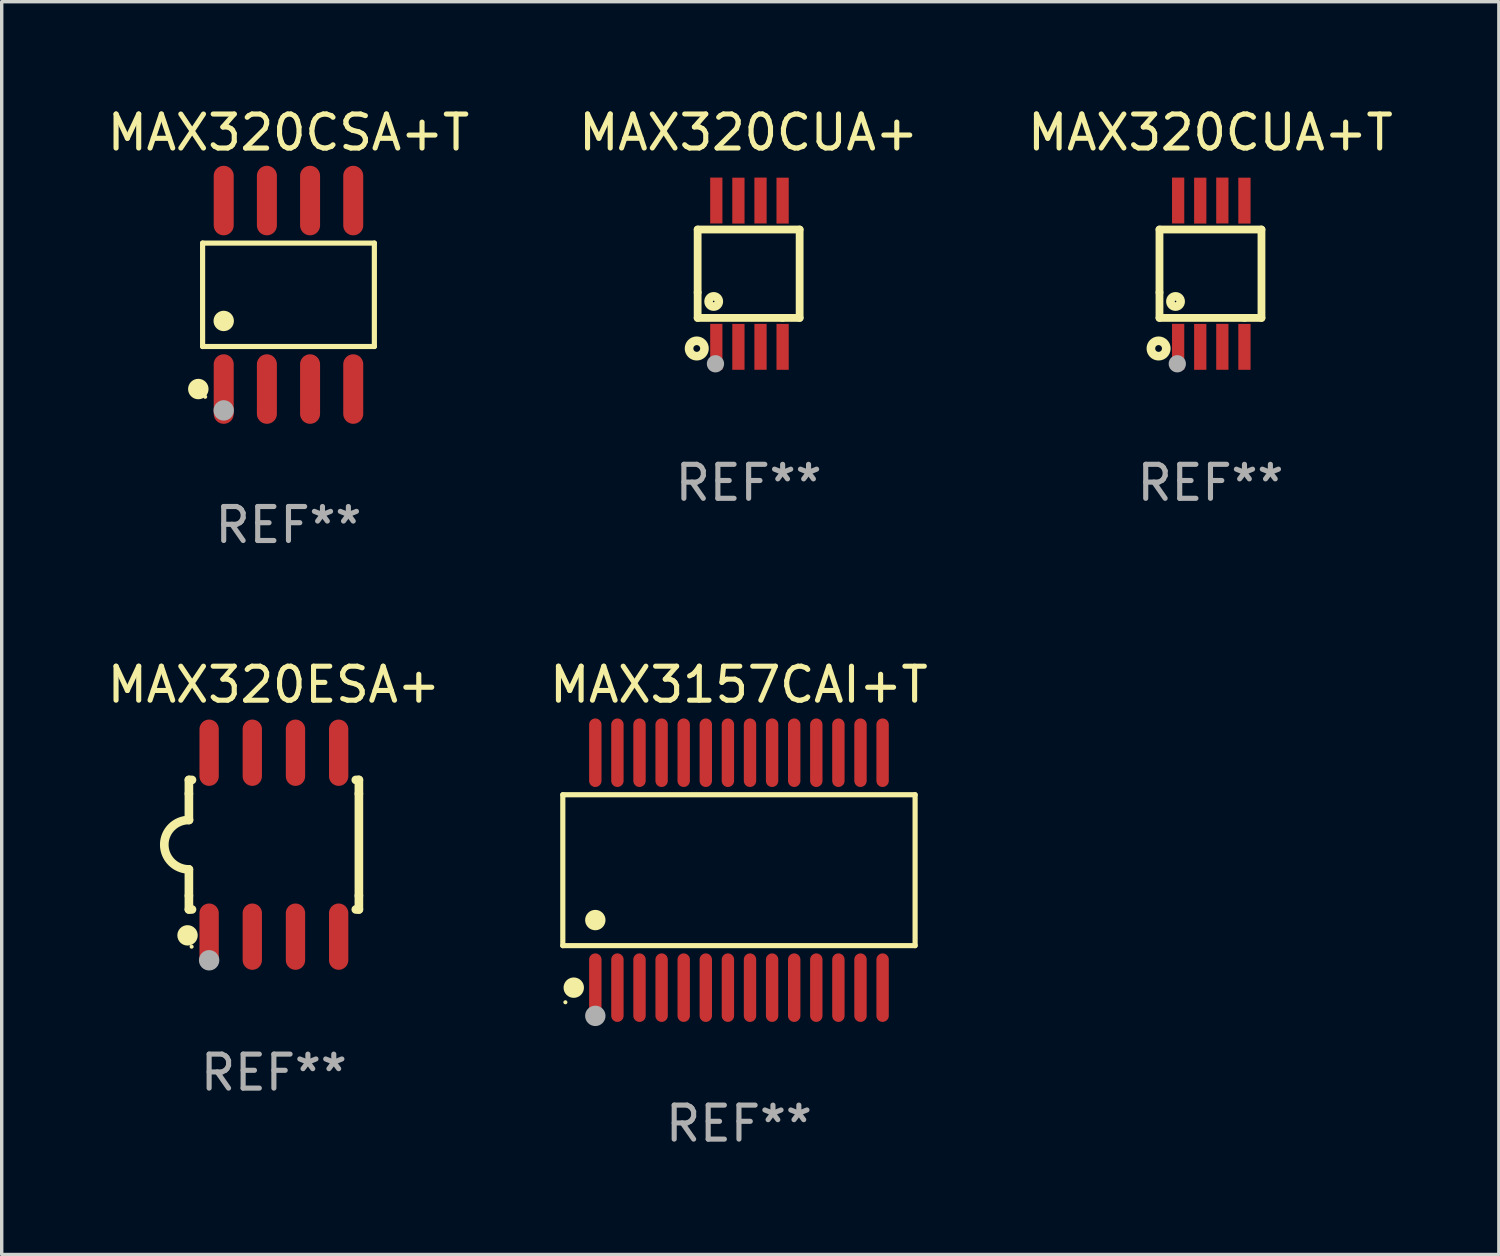
<source format=kicad_pcb>
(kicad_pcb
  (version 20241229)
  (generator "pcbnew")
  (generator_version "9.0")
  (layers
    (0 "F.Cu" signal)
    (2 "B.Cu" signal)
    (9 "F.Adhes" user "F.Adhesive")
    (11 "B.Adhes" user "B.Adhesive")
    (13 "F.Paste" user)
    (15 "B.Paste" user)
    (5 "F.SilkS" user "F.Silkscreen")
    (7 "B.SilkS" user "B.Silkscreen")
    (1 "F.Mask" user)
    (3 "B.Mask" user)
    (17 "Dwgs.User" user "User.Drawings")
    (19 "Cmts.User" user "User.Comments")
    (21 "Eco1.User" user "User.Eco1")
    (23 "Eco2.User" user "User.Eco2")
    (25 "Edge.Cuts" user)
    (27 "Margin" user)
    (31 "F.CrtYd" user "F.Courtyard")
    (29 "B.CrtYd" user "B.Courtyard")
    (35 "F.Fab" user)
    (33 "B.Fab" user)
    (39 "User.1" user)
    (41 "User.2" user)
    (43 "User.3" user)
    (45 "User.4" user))
  (footprint "MAX3157CAI+T"
    (layer "F.Cu")
    (at 18.685 22.545)
    (property "Reference" "MAX3157CAI+T" (at 0 -5.455 0) (layer "F.SilkS") (effects (font (size 1 1) (thickness 0.15))))
    (attr through_hole)
    (fp_line (start -5.181 -2.219) (end 5.181 -2.219) (stroke (width 0.152) (type solid)) (layer "F.SilkS"))
    (fp_line (start -5.181 2.219) (end -5.181 -2.219) (stroke (width 0.152) (type solid)) (layer "F.SilkS"))
    (fp_line (start 5.181 -2.219) (end 5.181 2.219) (stroke (width 0.152) (type solid)) (layer "F.SilkS"))
    (fp_line (start 5.181 2.219) (end -5.181 2.219) (stroke (width 0.152) (type solid)) (layer "F.SilkS"))
    (fp_circle (center -5.105 3.885) (end -5.075 3.885) (stroke (width 0.06) (type solid)) (fill no) (layer "F.SilkS"))
    (fp_circle (center -4.859 3.455) (end -4.709 3.455) (stroke (width 0.3) (type solid)) (fill no) (layer "F.SilkS"))
    (fp_circle (center -4.225 1.467) (end -4.075 1.467) (stroke (width 0.3) (type solid)) (fill no) (layer "F.SilkS"))
    (fp_circle (center -4.225 4.285) (end -4.075 4.285) (stroke (width 0.3) (type solid)) (fill no) (layer "F.Fab"))
    (fp_text user "REF**" (at 0 7.455 0) (layer "F.Fab") (effects (font (size 1 1) (thickness 0.15))))
    (pad "1" smd oval (at -4.225 3.455) (size 0.364 2.015) (layers "F.Cu" "F.Mask" "F.Paste"))
    (pad "2" smd oval (at -3.575 3.455) (size 0.364 2.015) (layers "F.Cu" "F.Mask" "F.Paste"))
    (pad "3" smd oval (at -2.925 3.455) (size 0.364 2.015) (layers "F.Cu" "F.Mask" "F.Paste"))
    (pad "4" smd oval (at -2.275 3.455) (size 0.364 2.015) (layers "F.Cu" "F.Mask" "F.Paste"))
    (pad "5" smd oval (at -1.625 3.455) (size 0.364 2.015) (layers "F.Cu" "F.Mask" "F.Paste"))
    (pad "6" smd oval (at -0.975 3.455) (size 0.364 2.015) (layers "F.Cu" "F.Mask" "F.Paste"))
    (pad "7" smd oval (at -0.325 3.455) (size 0.364 2.015) (layers "F.Cu" "F.Mask" "F.Paste"))
    (pad "8" smd oval (at 0.325 3.455) (size 0.364 2.015) (layers "F.Cu" "F.Mask" "F.Paste"))
    (pad "9" smd oval (at 0.975 3.455) (size 0.364 2.015) (layers "F.Cu" "F.Mask" "F.Paste"))
    (pad "10" smd oval (at 1.625 3.455) (size 0.364 2.015) (layers "F.Cu" "F.Mask" "F.Paste"))
    (pad "11" smd oval (at 2.275 3.455) (size 0.364 2.015) (layers "F.Cu" "F.Mask" "F.Paste"))
    (pad "12" smd oval (at 2.925 3.455) (size 0.364 2.015) (layers "F.Cu" "F.Mask" "F.Paste"))
    (pad "13" smd oval (at 3.575 3.455) (size 0.364 2.015) (layers "F.Cu" "F.Mask" "F.Paste"))
    (pad "14" smd oval (at 4.225 3.455) (size 0.364 2.015) (layers "F.Cu" "F.Mask" "F.Paste"))
    (pad "15" smd oval (at 4.225 -3.455) (size 0.364 2.015) (layers "F.Cu" "F.Mask" "F.Paste"))
    (pad "16" smd oval (at 3.575 -3.455) (size 0.364 2.015) (layers "F.Cu" "F.Mask" "F.Paste"))
    (pad "17" smd oval (at 2.925 -3.455) (size 0.364 2.015) (layers "F.Cu" "F.Mask" "F.Paste"))
    (pad "18" smd oval (at 2.275 -3.455) (size 0.364 2.015) (layers "F.Cu" "F.Mask" "F.Paste"))
    (pad "19" smd oval (at 1.625 -3.455) (size 0.364 2.015) (layers "F.Cu" "F.Mask" "F.Paste"))
    (pad "20" smd oval (at 0.975 -3.455) (size 0.364 2.015) (layers "F.Cu" "F.Mask" "F.Paste"))
    (pad "21" smd oval (at 0.325 -3.455) (size 0.364 2.015) (layers "F.Cu" "F.Mask" "F.Paste"))
    (pad "22" smd oval (at -0.325 -3.455) (size 0.364 2.015) (layers "F.Cu" "F.Mask" "F.Paste"))
    (pad "23" smd oval (at -0.975 -3.455) (size 0.364 2.015) (layers "F.Cu" "F.Mask" "F.Paste"))
    (pad "24" smd oval (at -1.625 -3.455) (size 0.364 2.015) (layers "F.Cu" "F.Mask" "F.Paste"))
    (pad "25" smd oval (at -2.275 -3.455) (size 0.364 2.015) (layers "F.Cu" "F.Mask" "F.Paste"))
    (pad "26" smd oval (at -2.925 -3.455) (size 0.364 2.015) (layers "F.Cu" "F.Mask" "F.Paste"))
    (pad "27" smd oval (at -3.575 -3.455) (size 0.364 2.015) (layers "F.Cu" "F.Mask" "F.Paste"))
    (pad "28" smd oval (at -4.225 -3.455) (size 0.364 2.015) (layers "F.Cu" "F.Mask" "F.Paste")))
  (footprint "MAX320CSA+T"
    (layer "F.Cu")
    (at 5.435 5.621)
    (property "Reference" "MAX320CSA+T" (at 0 -4.772 0) (layer "F.SilkS") (effects (font (size 1 1) (thickness 0.15))))
    (attr through_hole)
    (fp_line (start -2.526 -1.521) (end 2.526 -1.521) (stroke (width 0.152) (type solid)) (layer "F.SilkS"))
    (fp_line (start -2.526 1.521) (end -2.526 -1.521) (stroke (width 0.152) (type solid)) (layer "F.SilkS"))
    (fp_line (start 2.526 -1.521) (end 2.526 1.521) (stroke (width 0.152) (type solid)) (layer "F.SilkS"))
    (fp_line (start 2.526 1.521) (end -2.526 1.521) (stroke (width 0.152) (type solid)) (layer "F.SilkS"))
    (fp_circle (center -2.652 2.772) (end -2.501 2.772) (stroke (width 0.3) (type solid)) (fill no) (layer "F.SilkS"))
    (fp_circle (center -2.45 3) (end -2.42 3) (stroke (width 0.06) (type solid)) (fill no) (layer "F.SilkS"))
    (fp_circle (center -1.905 0.769) (end -1.755 0.769) (stroke (width 0.3) (type solid)) (fill no) (layer "F.SilkS"))
    (fp_circle (center -1.905 3.4) (end -1.755 3.4) (stroke (width 0.3) (type solid)) (fill no) (layer "F.Fab"))
    (fp_text user "REF**" (at 0 6.772 0) (layer "F.Fab") (effects (font (size 1 1) (thickness 0.15))))
    (pad "1" smd oval (at -1.905 2.772) (size 0.588 2.045) (layers "F.Cu" "F.Mask" "F.Paste"))
    (pad "2" smd oval (at -0.635 2.772) (size 0.588 2.045) (layers "F.Cu" "F.Mask" "F.Paste"))
    (pad "3" smd oval (at 0.635 2.772) (size 0.588 2.045) (layers "F.Cu" "F.Mask" "F.Paste"))
    (pad "4" smd oval (at 1.905 2.772) (size 0.588 2.045) (layers "F.Cu" "F.Mask" "F.Paste"))
    (pad "5" smd oval (at 1.905 -2.772) (size 0.588 2.045) (layers "F.Cu" "F.Mask" "F.Paste"))
    (pad "6" smd oval (at 0.635 -2.772) (size 0.588 2.045) (layers "F.Cu" "F.Mask" "F.Paste"))
    (pad "7" smd oval (at -0.635 -2.772) (size 0.588 2.045) (layers "F.Cu" "F.Mask" "F.Paste"))
    (pad "8" smd oval (at -1.905 -2.772) (size 0.588 2.045) (layers "F.Cu" "F.Mask" "F.Paste")))
  (footprint "MAX320CUA+T"
    (layer "F.Cu")
    (at 32.554 5)
    (property "Reference" "MAX320CUA+T" (at 0 -4.152 0) (layer "F.SilkS") (effects (font (size 1 1) (thickness 0.15))))
    (attr through_hole)
    (fp_line (start -1.5 1.301) (end 1 1.301) (stroke (width 0.229) (type solid)) (layer "F.SilkS"))
    (fp_line (start -1.5 -1.299) (end -1.5 0.551) (stroke (width 0.229) (type solid)) (layer "F.SilkS"))
    (fp_line (start -1.5 0.551) (end -1.5 1.301) (stroke (width 0.229) (type solid)) (layer "F.SilkS"))
    (fp_line (start 1 1.301) (end 1.5 1.301) (stroke (width 0.229) (type solid)) (layer "F.SilkS"))
    (fp_line (start 1.5 1.301) (end 1.5 -1.299) (stroke (width 0.229) (type solid)) (layer "F.SilkS"))
    (fp_line (start 1.5 -1.299) (end -1.5 -1.299) (stroke (width 0.229) (type solid)) (layer "F.SilkS"))
    (fp_circle (center -1.526 2.2) (end -1.426 2.2) (stroke (width 0.254) (type solid)) (fill no) (layer "F.SilkS"))
    (fp_circle (center -1.476 2.45) (end -1.446 2.45) (stroke (width 0.06) (type solid)) (fill no) (layer "F.SilkS"))
    (fp_circle (center -1.028 0.817) (end -0.878 0.817) (stroke (width 0.254) (type solid)) (fill no) (layer "F.SilkS"))
    (fp_circle (center -0.976 2.65) (end -0.849 2.65) (stroke (width 0.254) (type solid)) (fill no) (layer "F.Fab"))
    (fp_text user "REF**" (at 0 6.152 0) (layer "F.Fab") (effects (font (size 1 1) (thickness 0.15))))
    (pad "1" smd rect (at -0.951 2.15) (size 0.36 1.35) (layers "F.Cu" "F.Mask" "F.Paste"))
    (pad "2" smd rect (at -0.301 2.152) (size 0.36 1.35) (layers "F.Cu" "F.Mask" "F.Paste"))
    (pad "3" smd rect (at 0.349 2.151) (size 0.36 1.35) (layers "F.Cu" "F.Mask" "F.Paste"))
    (pad "4" smd rect (at 0.999 2.152) (size 0.36 1.35) (layers "F.Cu" "F.Mask" "F.Paste"))
    (pad "5" smd rect (at 0.999 -2.149) (size 0.36 1.35) (layers "F.Cu" "F.Mask" "F.Paste"))
    (pad "6" smd rect (at 0.349 -2.152) (size 0.36 1.35) (layers "F.Cu" "F.Mask" "F.Paste"))
    (pad "7" smd rect (at -0.301 -2.149) (size 0.36 1.35) (layers "F.Cu" "F.Mask" "F.Paste"))
    (pad "8" smd rect (at -0.951 -2.152) (size 0.36 1.35) (layers "F.Cu" "F.Mask" "F.Paste")))
  (footprint "MAX320CUA+"
    (layer "F.Cu")
    (at 18.97 5)
    (property "Reference" "MAX320CUA+" (at 0 -4.152 0) (layer "F.SilkS") (effects (font (size 1 1) (thickness 0.15))))
    (attr through_hole)
    (fp_line (start -1.5 1.301) (end 1 1.301) (stroke (width 0.229) (type solid)) (layer "F.SilkS"))
    (fp_line (start -1.5 -1.299) (end -1.5 0.551) (stroke (width 0.229) (type solid)) (layer "F.SilkS"))
    (fp_line (start -1.5 0.551) (end -1.5 1.301) (stroke (width 0.229) (type solid)) (layer "F.SilkS"))
    (fp_line (start 1 1.301) (end 1.5 1.301) (stroke (width 0.229) (type solid)) (layer "F.SilkS"))
    (fp_line (start 1.5 1.301) (end 1.5 -1.299) (stroke (width 0.229) (type solid)) (layer "F.SilkS"))
    (fp_line (start 1.5 -1.299) (end -1.5 -1.299) (stroke (width 0.229) (type solid)) (layer "F.SilkS"))
    (fp_circle (center -1.526 2.2) (end -1.426 2.2) (stroke (width 0.254) (type solid)) (fill no) (layer "F.SilkS"))
    (fp_circle (center -1.476 2.45) (end -1.446 2.45) (stroke (width 0.06) (type solid)) (fill no) (layer "F.SilkS"))
    (fp_circle (center -1.028 0.817) (end -0.878 0.817) (stroke (width 0.254) (type solid)) (fill no) (layer "F.SilkS"))
    (fp_circle (center -0.976 2.65) (end -0.849 2.65) (stroke (width 0.254) (type solid)) (fill no) (layer "F.Fab"))
    (fp_text user "REF**" (at 0 6.152 0) (layer "F.Fab") (effects (font (size 1 1) (thickness 0.15))))
    (pad "1" smd rect (at -0.951 2.15) (size 0.36 1.35) (layers "F.Cu" "F.Mask" "F.Paste"))
    (pad "2" smd rect (at -0.301 2.152) (size 0.36 1.35) (layers "F.Cu" "F.Mask" "F.Paste"))
    (pad "3" smd rect (at 0.349 2.151) (size 0.36 1.35) (layers "F.Cu" "F.Mask" "F.Paste"))
    (pad "4" smd rect (at 0.999 2.152) (size 0.36 1.35) (layers "F.Cu" "F.Mask" "F.Paste"))
    (pad "5" smd rect (at 0.999 -2.149) (size 0.36 1.35) (layers "F.Cu" "F.Mask" "F.Paste"))
    (pad "6" smd rect (at 0.349 -2.152) (size 0.36 1.35) (layers "F.Cu" "F.Mask" "F.Paste"))
    (pad "7" smd rect (at -0.301 -2.149) (size 0.36 1.35) (layers "F.Cu" "F.Mask" "F.Paste"))
    (pad "8" smd rect (at -0.951 -2.152) (size 0.36 1.35) (layers "F.Cu" "F.Mask" "F.Paste")))
  (footprint "MAX320ESA+"
    (layer "F.Cu")
    (at 5.006 21.795)
    (property "Reference" "MAX320ESA+" (at 0 -4.705 0) (layer "F.SilkS") (effects (font (size 1 1) (thickness 0.15))))
    (attr through_hole)
    (fp_line (start -2.5 -1.905) (end -2.409 -1.905) (stroke (width 0.254) (type solid)) (layer "F.SilkS"))
    (fp_line (start -2.5 -1.5) (end -2.5 -1.905) (stroke (width 0.254) (type solid)) (layer "F.SilkS"))
    (fp_line (start -2.5 -1.5) (end -2.5 -0.726) (stroke (width 0.254) (type solid)) (layer "F.SilkS"))
    (fp_line (start -2.5 1.5) (end -2.5 0.727) (stroke (width 0.254) (type solid)) (layer "F.SilkS"))
    (fp_line (start -2.5 1.5) (end -2.5 1.905) (stroke (width 0.254) (type solid)) (layer "F.SilkS"))
    (fp_line (start -2.5 1.905) (end -2.409 1.905) (stroke (width 0.254) (type solid)) (layer "F.SilkS"))
    (fp_line (start 2.5 -1.905) (end 2.409 -1.905) (stroke (width 0.254) (type solid)) (layer "F.SilkS"))
    (fp_line (start 2.5 -1.5) (end 2.5 -1.905) (stroke (width 0.254) (type solid)) (layer "F.SilkS"))
    (fp_line (start 2.5 -1.5) (end 2.5 1.5) (stroke (width 0.254) (type solid)) (layer "F.SilkS"))
    (fp_line (start 2.5 1.5) (end 2.5 1.905) (stroke (width 0.254) (type solid)) (layer "F.SilkS"))
    (fp_line (start 2.5 1.905) (end 2.409 1.905) (stroke (width 0.254) (type solid)) (layer "F.SilkS"))
    (fp_arc (start -2.5 0.726568) (mid -3.220316 -0.0023) (end -2.495097 -0.726289) (stroke (width 0.254001) (type solid)) (layer "F.SilkS"))
    (fp_circle (center -2.54 2.667) (end -2.39 2.667) (stroke (width 0.3) (type solid)) (fill no) (layer "F.SilkS"))
    (fp_circle (center -2.42 3) (end -2.39 3) (stroke (width 0.06) (type solid)) (fill no) (layer "F.SilkS"))
    (fp_circle (center -1.905 3.4) (end -1.755 3.4) (stroke (width 0.3) (type solid)) (fill no) (layer "F.Fab"))
    (fp_text user "REF**" (at 0 6.705 0) (layer "F.Fab") (effects (font (size 1 1) (thickness 0.15))))
    (pad "1" smd oval (at -1.905 2.705) (size 0.568 1.95) (layers "F.Cu" "F.Mask" "F.Paste"))
    (pad "2" smd oval (at -0.635 2.705) (size 0.568 1.95) (layers "F.Cu" "F.Mask" "F.Paste"))
    (pad "3" smd oval (at 0.635 2.705) (size 0.568 1.95) (layers "F.Cu" "F.Mask" "F.Paste"))
    (pad "4" smd oval (at 1.905 2.705) (size 0.568 1.95) (layers "F.Cu" "F.Mask" "F.Paste"))
    (pad "5" smd oval (at 1.905 -2.705) (size 0.568 1.95) (layers "F.Cu" "F.Mask" "F.Paste"))
    (pad "6" smd oval (at 0.635 -2.705) (size 0.568 1.95) (layers "F.Cu" "F.Mask" "F.Paste"))
    (pad "7" smd oval (at -0.635 -2.705) (size 0.568 1.95) (layers "F.Cu" "F.Mask" "F.Paste"))
    (pad "8" smd oval (at -1.905 -2.705) (size 0.568 1.95) (layers "F.Cu" "F.Mask" "F.Paste")))
  (gr_rect
    (start -3 -3)
    (end 41.036 33.848)
    (stroke (width 0.1) (type default))
    (fill no)
    (layer "Edge.Cuts")))
</source>
